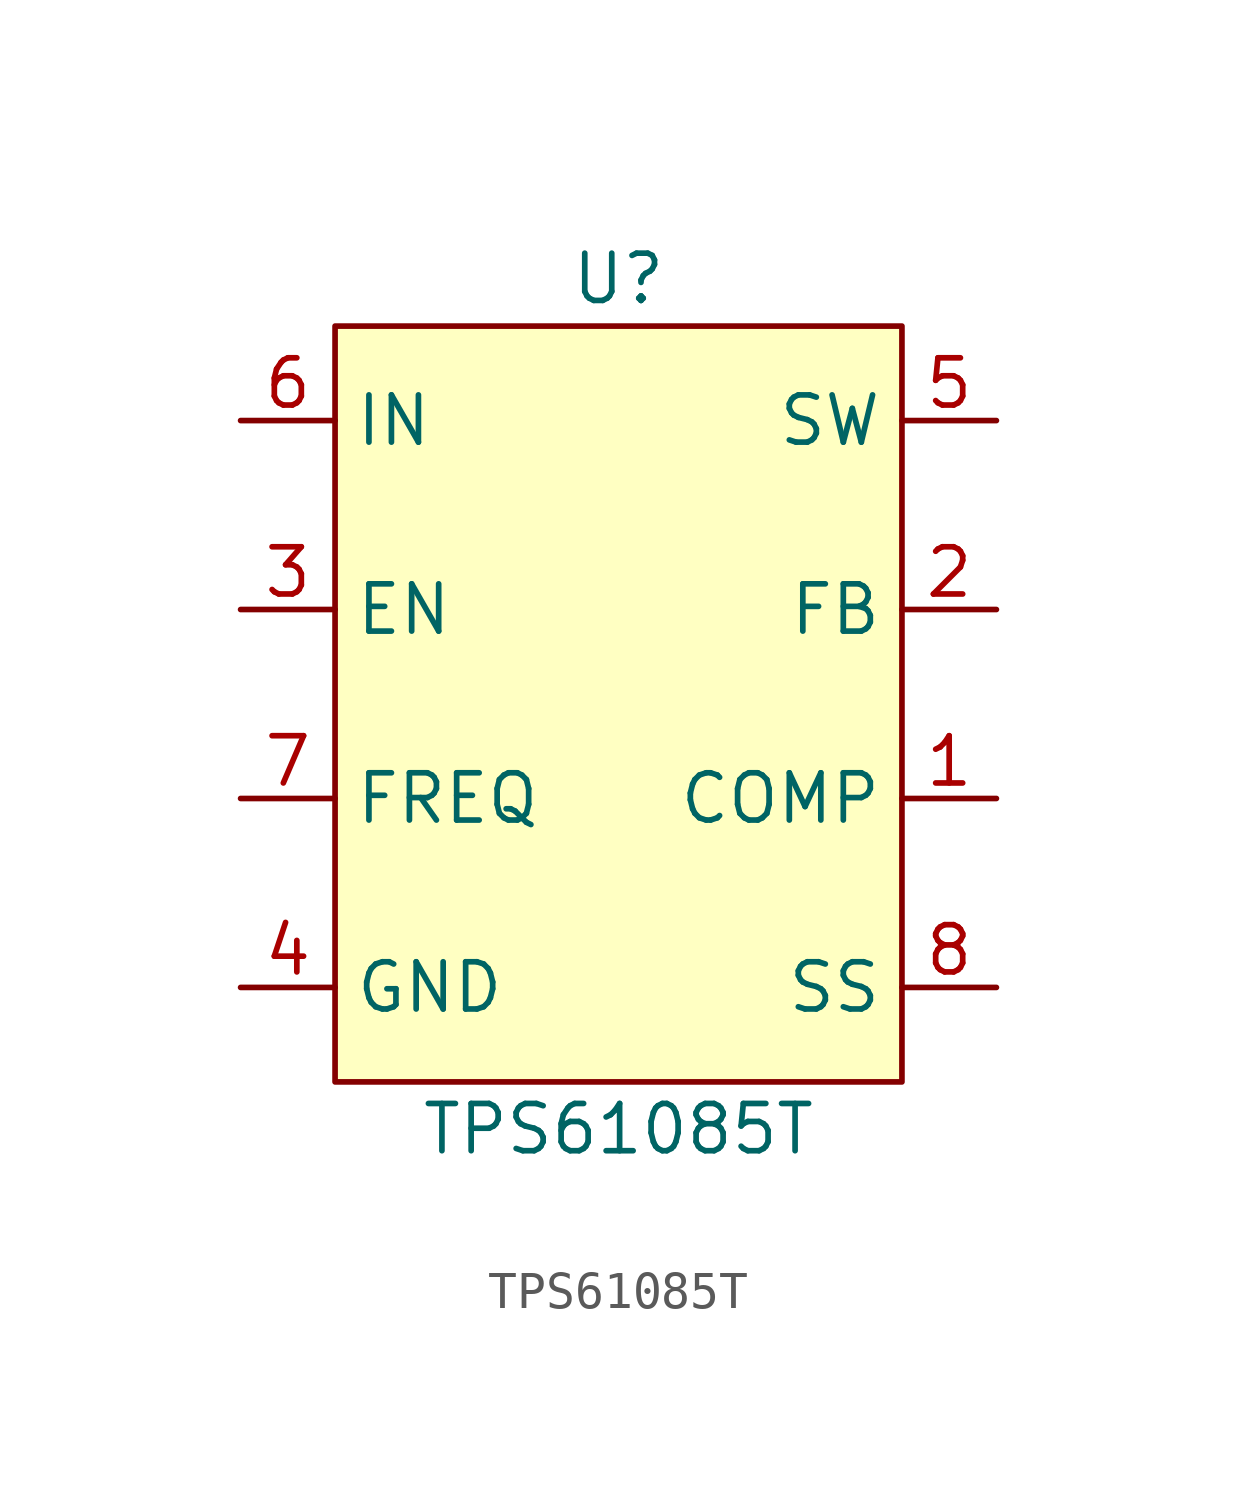
<source format=kicad_sym>
(kicad_symbol_lib
  (version 20211014)
  (generator kicad_symbol_editor)
  (symbol "TPS61085T"
    (property "Reference" "U"
      (at 0 11.43 0)
      (effects (font (size 1.27 1.27))))
    (property "Value" "TPS61085T"
      (at 0 -11.43 0)
      (effects (font (size 1.27 1.27))))
    (symbol "TPS61085T_0_1"
      (rectangle (start -7.62 10.16) (end 7.62 -10.16) (stroke (width 0) (type default) (color 0 0 0 0)) (fill (type background))))
    (symbol "TPS61085T_1_1"
      (pin passive line (at 10.16 -2.54 180) (length 2.54) (name "COMP" (effects (font (size 1.27 1.27)))) (number "1" (effects (font (size 1.27 1.27)))))
      (pin passive line (at 10.16 2.54 180) (length 2.54) (name "FB" (effects (font (size 1.27 1.27)))) (number "2" (effects (font (size 1.27 1.27)))))
      (pin passive line (at -10.16 2.54 0) (length 2.54) (name "EN" (effects (font (size 1.27 1.27)))) (number "3" (effects (font (size 1.27 1.27)))))
      (pin passive line (at -10.16 -7.62 0) (length 2.54) (name "GND" (effects (font (size 1.27 1.27)))) (number "4" (effects (font (size 1.27 1.27)))))
      (pin power_out line (at 10.16 7.62 180) (length 2.54) (name "SW" (effects (font (size 1.27 1.27)))) (number "5" (effects (font (size 1.27 1.27)))))
      (pin power_in line (at -10.16 7.62 0) (length 2.54) (name "IN" (effects (font (size 1.27 1.27)))) (number "6" (effects (font (size 1.27 1.27)))))
      (pin passive line (at -10.16 -2.54 0) (length 2.54) (name "FREQ" (effects (font (size 1.27 1.27)))) (number "7" (effects (font (size 1.27 1.27)))))
      (pin passive line (at 10.16 -7.62 180) (length 2.54) (name "SS" (effects (font (size 1.27 1.27)))) (number "8" (effects (font (size 1.27 1.27))))))))
</source>
